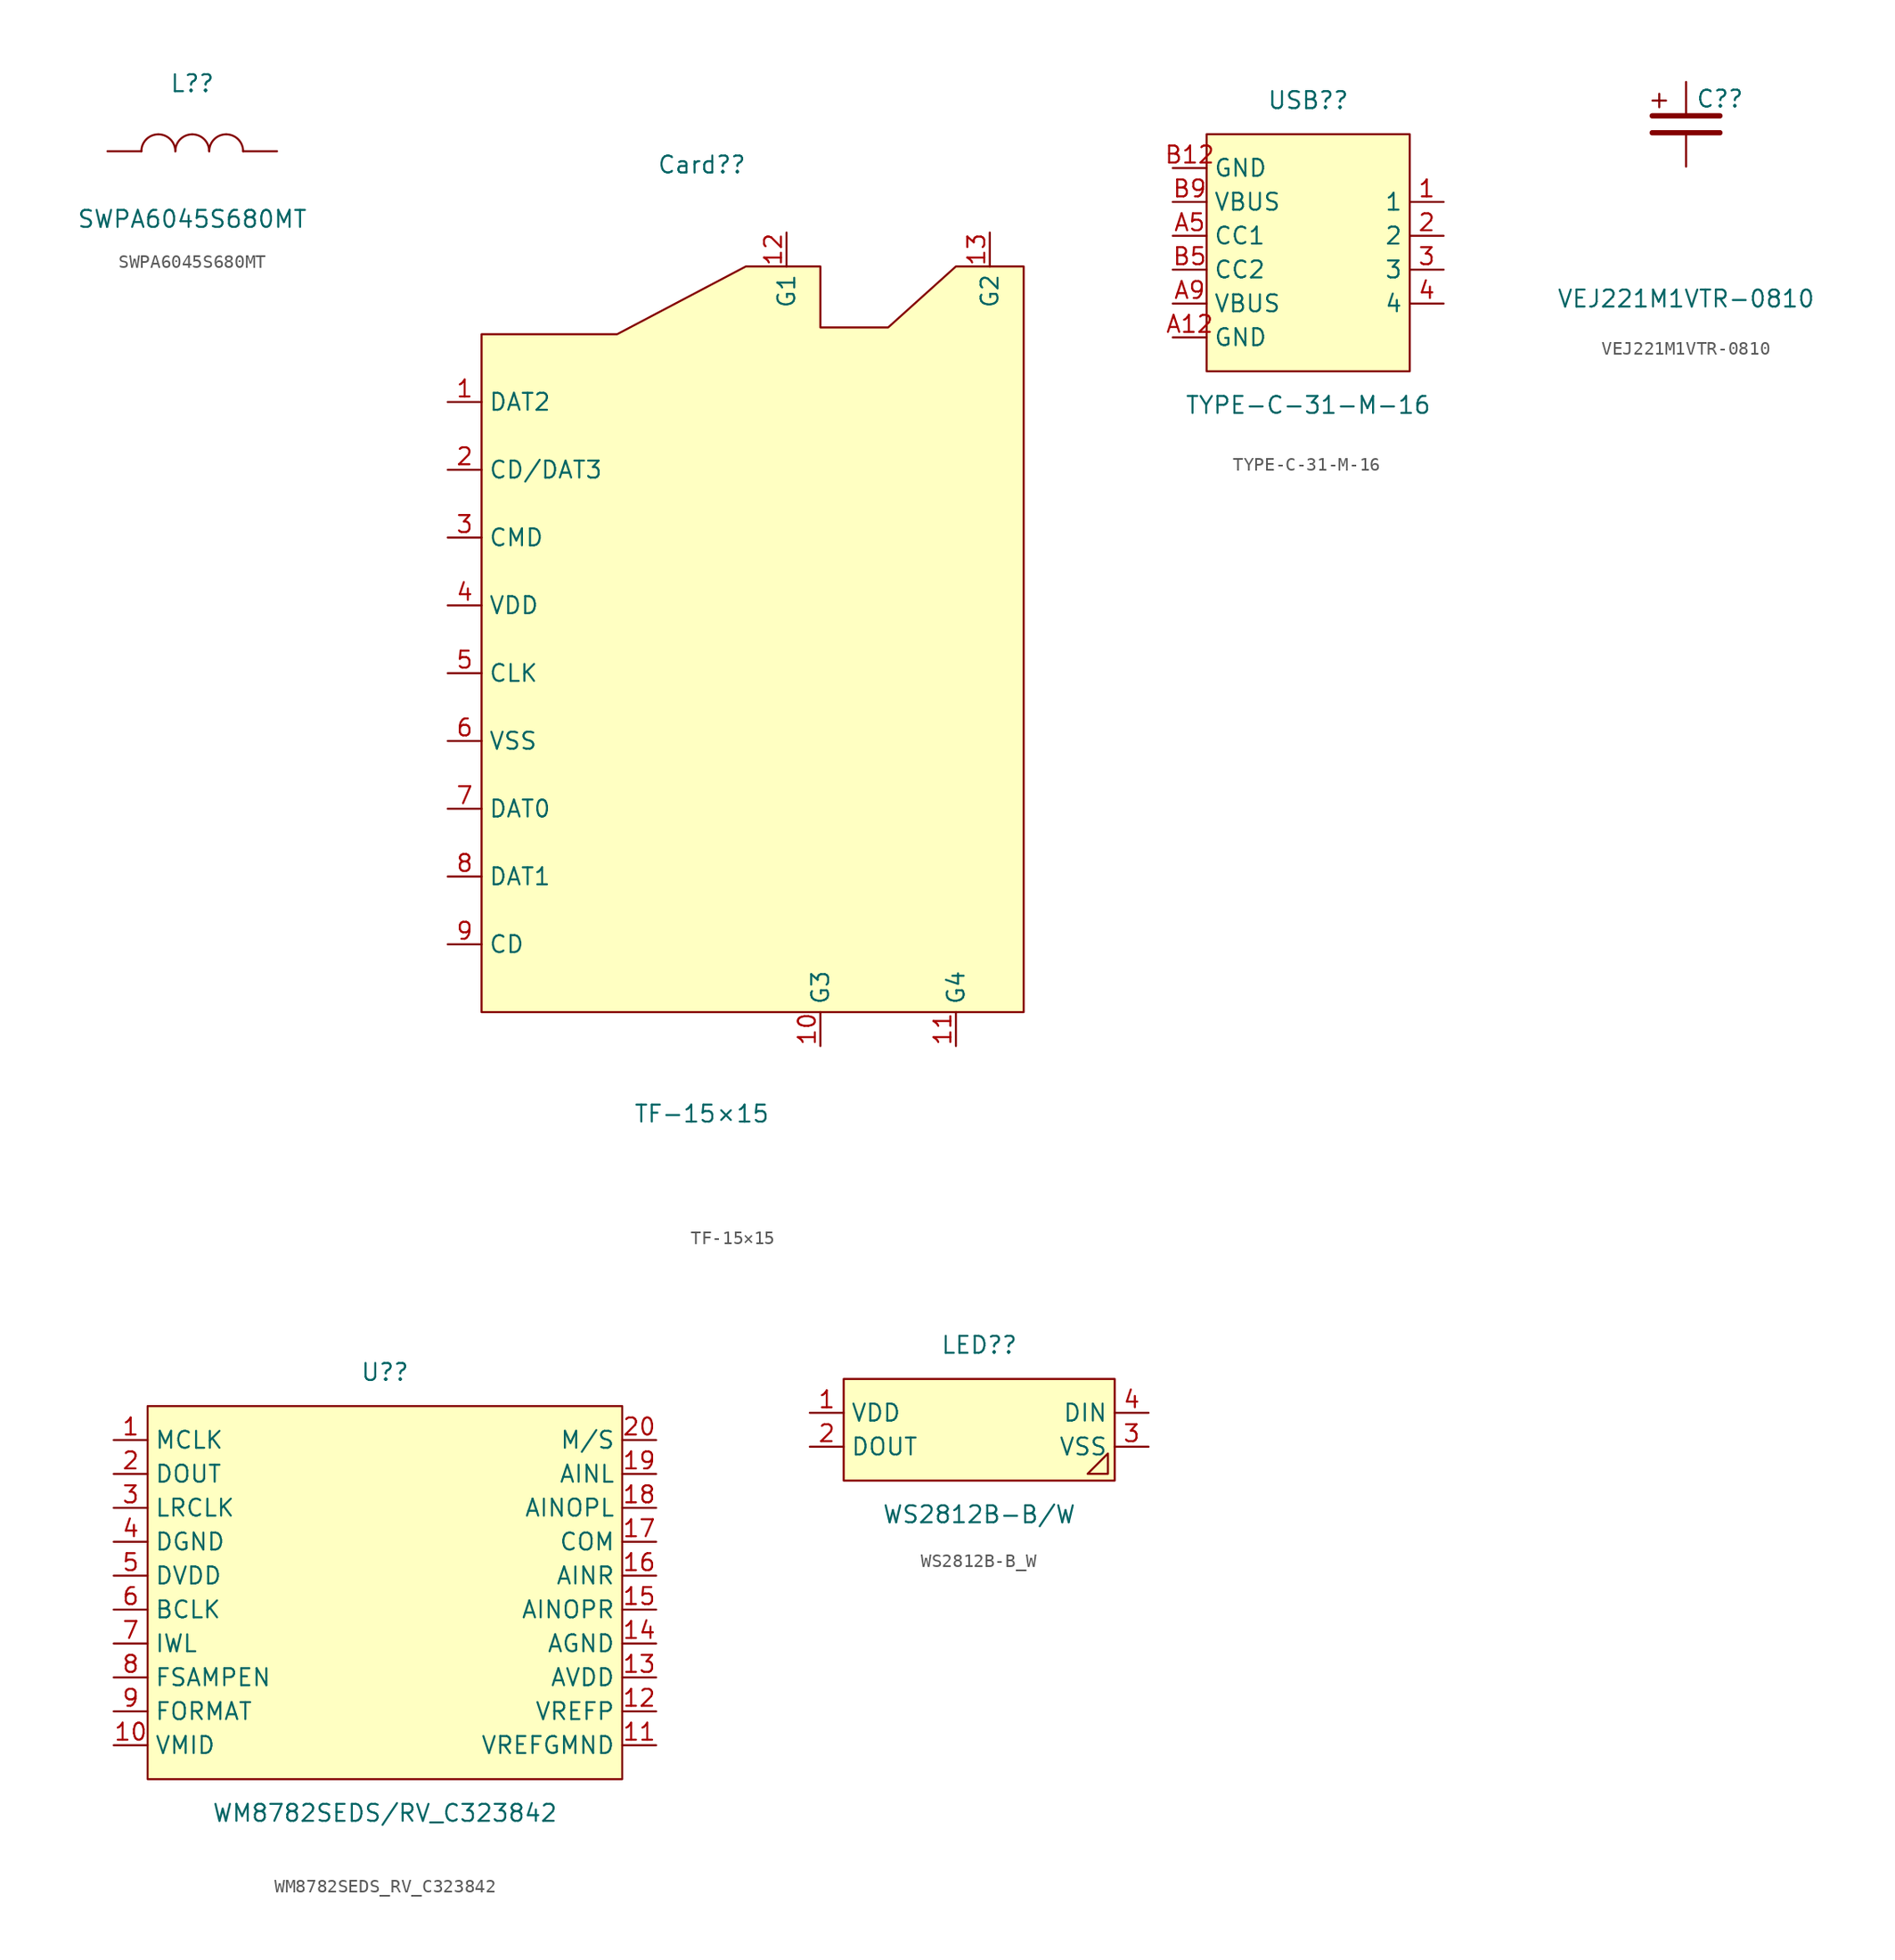
<source format=kicad_sym>
(kicad_symbol_lib
  (version 20211014)
  (generator kicad_symbol_editor)
  (symbol "SWPA6045S680MT"
    (pin_numbers hide)
    (pin_names hide)
    (property "Reference" "L?"
      (at 0 5.08 0)
      (effects (font (size 1.27 1.27))))
    (property "Value" "SWPA6045S680MT"
      (at 0 -5.08 0)
      (effects (font (size 1.27 1.27))))
    (symbol "SWPA6045S680MT_0_1"
      (arc (start -2.54 1.2702) (mid -3.438 0.8981) (end -3.8099 0.0001) (stroke (width 0) (type default) (color 0 0 0 0)) (fill (type none)))
      (arc (start -1.2699 0.0001) (mid -1.6419 0.8981) (end -2.5399 1.2701) (stroke (width 0) (type default) (color 0 0 0 0)) (fill (type none)))
      (arc (start 0 1.2702) (mid -0.898 0.8981) (end -1.2699 0.0001) (stroke (width 0) (type default) (color 0 0 0 0)) (fill (type none)))
      (arc (start 1.2701 0.0001) (mid 0.8981 0.8981) (end 0.0001 1.2701) (stroke (width 0) (type default) (color 0 0 0 0)) (fill (type none)))
      (arc (start 2.54 1.2702) (mid 1.642 0.8981) (end 1.2701 0.0001) (stroke (width 0) (type default) (color 0 0 0 0)) (fill (type none)))
      (arc (start 3.8101 0.0001) (mid 3.4381 0.8981) (end 2.5401 1.2701) (stroke (width 0) (type default) (color 0 0 0 0)) (fill (type none)))
      (pin passive line (at -6.35 0 0) (length 2.54) (name "1" (effects (font (size 1.27 1.27)))) (number "1" (effects (font (size 1.27 1.27)))))
      (pin passive line (at 6.35 0 180) (length 2.54) (name "2" (effects (font (size 1.27 1.27)))) (number "2" (effects (font (size 1.27 1.27)))))))
  (symbol "TF-15×15"
    (property "Reference" "Card?"
      (at 0 35.56 0)
      (effects (font (size 1.27 1.27))))
    (property "Value" "TF-15×15"
      (at 0 -35.56 0)
      (effects (font (size 1.27 1.27))))
    (symbol "TF-15×15_0_1"
      (polyline (pts (xy -16.51 22.86) (xy -6.35 22.86) (xy 3.302 27.94) (xy 8.89 27.94) (xy 8.89 23.368) (xy 13.97 23.368) (xy 19.05 27.94) (xy 24.13 27.94) (xy 24.13 -27.94) (xy -16.51 -27.94) (xy -16.51 22.86)) (stroke (width 0) (type default) (color 0 0 0 0)) (fill (type background)))
      (pin passive line (at -19.05 17.78 0) (length 2.54) (name "DAT2" (effects (font (size 1.27 1.27)))) (number "1" (effects (font (size 1.27 1.27)))))
      (pin passive line (at 8.89 -30.48 90) (length 2.54) (name "G3" (effects (font (size 1.27 1.27)))) (number "10" (effects (font (size 1.27 1.27)))))
      (pin passive line (at 19.05 -30.48 90) (length 2.54) (name "G4" (effects (font (size 1.27 1.27)))) (number "11" (effects (font (size 1.27 1.27)))))
      (pin passive line (at 6.35 30.48 270) (length 2.54) (name "G1" (effects (font (size 1.27 1.27)))) (number "12" (effects (font (size 1.27 1.27)))))
      (pin passive line (at 21.59 30.48 270) (length 2.54) (name "G2" (effects (font (size 1.27 1.27)))) (number "13" (effects (font (size 1.27 1.27)))))
      (pin passive line (at -19.05 12.7 0) (length 2.54) (name "CD/DAT3" (effects (font (size 1.27 1.27)))) (number "2" (effects (font (size 1.27 1.27)))))
      (pin passive line (at -19.05 7.62 0) (length 2.54) (name "CMD" (effects (font (size 1.27 1.27)))) (number "3" (effects (font (size 1.27 1.27)))))
      (pin passive line (at -19.05 2.54 0) (length 2.54) (name "VDD" (effects (font (size 1.27 1.27)))) (number "4" (effects (font (size 1.27 1.27)))))
      (pin passive line (at -19.05 -2.54 0) (length 2.54) (name "CLK" (effects (font (size 1.27 1.27)))) (number "5" (effects (font (size 1.27 1.27)))))
      (pin passive line (at -19.05 -7.62 0) (length 2.54) (name "VSS" (effects (font (size 1.27 1.27)))) (number "6" (effects (font (size 1.27 1.27)))))
      (pin passive line (at -19.05 -12.7 0) (length 2.54) (name "DAT0" (effects (font (size 1.27 1.27)))) (number "7" (effects (font (size 1.27 1.27)))))
      (pin passive line (at -19.05 -17.78 0) (length 2.54) (name "DAT1" (effects (font (size 1.27 1.27)))) (number "8" (effects (font (size 1.27 1.27)))))
      (pin passive line (at -19.05 -22.86 0) (length 2.54) (name "CD" (effects (font (size 1.27 1.27)))) (number "9" (effects (font (size 1.27 1.27)))))))
  (symbol "TYPE-C-31-M-16"
    (property "Reference" "USB?"
      (at 0 12.7 0)
      (effects (font (size 1.27 1.27))))
    (property "Value" "TYPE-C-31-M-16"
      (at 0 -10.16 0)
      (effects (font (size 1.27 1.27))))
    (symbol "TYPE-C-31-M-16_0_1"
      (rectangle (start -7.62 10.16) (end 7.62 -7.62) (stroke (width 0) (type default) (color 0 0 0 0)) (fill (type background)))
      (pin passive line (at 10.16 5.08 180) (length 2.54) (name "1" (effects (font (size 1.27 1.27)))) (number "1" (effects (font (size 1.27 1.27)))))
      (pin passive line (at 10.16 2.54 180) (length 2.54) (name "2" (effects (font (size 1.27 1.27)))) (number "2" (effects (font (size 1.27 1.27)))))
      (pin passive line (at 10.16 0 180) (length 2.54) (name "3" (effects (font (size 1.27 1.27)))) (number "3" (effects (font (size 1.27 1.27)))))
      (pin passive line (at 10.16 -2.54 180) (length 2.54) (name "4" (effects (font (size 1.27 1.27)))) (number "4" (effects (font (size 1.27 1.27)))))
      (pin passive line (at -10.16 -5.08 0) (length 2.54) (name "GND" (effects (font (size 1.27 1.27)))) (number "A12" (effects (font (size 1.27 1.27)))))
      (pin passive line (at -10.16 2.54 0) (length 2.54) (name "CC1" (effects (font (size 1.27 1.27)))) (number "A5" (effects (font (size 1.27 1.27)))))
      (pin passive line (at -10.16 -2.54 0) (length 2.54) (name "VBUS" (effects (font (size 1.27 1.27)))) (number "A9" (effects (font (size 1.27 1.27)))))
      (pin passive line (at -10.16 7.62 0) (length 2.54) (name "GND" (effects (font (size 1.27 1.27)))) (number "B12" (effects (font (size 1.27 1.27)))))
      (pin passive line (at -10.16 0 0) (length 2.54) (name "CC2" (effects (font (size 1.27 1.27)))) (number "B5" (effects (font (size 1.27 1.27)))))
      (pin passive line (at -10.16 5.08 0) (length 2.54) (name "VBUS" (effects (font (size 1.27 1.27)))) (number "B9" (effects (font (size 1.27 1.27)))))))
  (symbol "VEJ221M1VTR-0810"
    (pin_numbers hide)
    (pin_names hide)
    (property "Reference" "C?"
      (at 2.54 2.54 0)
      (effects (font (size 1.27 1.27))))
    (property "Value" "VEJ221M1VTR-0810"
      (at 0 -12.45 0)
      (effects (font (size 1.27 1.27))))
    (symbol "VEJ221M1VTR-0810_0_1"
      (rectangle (start -2.521 2.413) (end -1.501 2.413) (stroke (width 0) (type default) (color 0 0 0 0)) (fill (type background)))
      (rectangle (start -2.011 2.923) (end -2.011 1.913) (stroke (width 0) (type default) (color 0 0 0 0)) (fill (type background)))
      (polyline (pts (xy -2.54 0) (xy 2.54 0)) (stroke (width 0.4) (type default) (color 0 0 0 0)) (fill (type none)))
      (polyline (pts (xy -2.54 1.27) (xy 2.54 1.27)) (stroke (width 0.4) (type default) (color 0 0 0 0)) (fill (type none)))
      (pin passive line (at 0 3.81 270) (length 2.54) (name "1" (effects (font (size 1.27 1.27)))) (number "1" (effects (font (size 1.27 1.27)))))
      (pin passive line (at 0 -2.54 90) (length 2.54) (name "2" (effects (font (size 1.27 1.27)))) (number "2" (effects (font (size 1.27 1.27)))))))
  (symbol "WM8782SEDS_RV_C323842"
    (property "Reference" "U?"
      (at 0 15.24 0)
      (effects (font (size 1.27 1.27))))
    (property "Value" "WM8782SEDS/RV_C323842"
      (at 0 -17.78 0)
      (effects (font (size 1.27 1.27))))
    (symbol "WM8782SEDS_RV_C323842_0_1"
      (rectangle (start -17.78 12.7) (end 17.78 -15.24) (stroke (width 0) (type default) (color 0 0 0 0)) (fill (type background)))
      (pin passive line (at -20.32 10.16 0) (length 2.54) (name "MCLK" (effects (font (size 1.27 1.27)))) (number "1" (effects (font (size 1.27 1.27)))))
      (pin passive line (at -20.32 -12.7 0) (length 2.54) (name "VMID" (effects (font (size 1.27 1.27)))) (number "10" (effects (font (size 1.27 1.27)))))
      (pin passive line (at 20.32 -12.7 180) (length 2.54) (name "VREFGMND" (effects (font (size 1.27 1.27)))) (number "11" (effects (font (size 1.27 1.27)))))
      (pin passive line (at 20.32 -10.16 180) (length 2.54) (name "VREFP" (effects (font (size 1.27 1.27)))) (number "12" (effects (font (size 1.27 1.27)))))
      (pin passive line (at 20.32 -7.62 180) (length 2.54) (name "AVDD" (effects (font (size 1.27 1.27)))) (number "13" (effects (font (size 1.27 1.27)))))
      (pin passive line (at 20.32 -5.08 180) (length 2.54) (name "AGND" (effects (font (size 1.27 1.27)))) (number "14" (effects (font (size 1.27 1.27)))))
      (pin passive line (at 20.32 -2.54 180) (length 2.54) (name "AINOPR" (effects (font (size 1.27 1.27)))) (number "15" (effects (font (size 1.27 1.27)))))
      (pin passive line (at 20.32 0 180) (length 2.54) (name "AINR" (effects (font (size 1.27 1.27)))) (number "16" (effects (font (size 1.27 1.27)))))
      (pin passive line (at 20.32 2.54 180) (length 2.54) (name "COM" (effects (font (size 1.27 1.27)))) (number "17" (effects (font (size 1.27 1.27)))))
      (pin passive line (at 20.32 5.08 180) (length 2.54) (name "AINOPL" (effects (font (size 1.27 1.27)))) (number "18" (effects (font (size 1.27 1.27)))))
      (pin passive line (at 20.32 7.62 180) (length 2.54) (name "AINL" (effects (font (size 1.27 1.27)))) (number "19" (effects (font (size 1.27 1.27)))))
      (pin passive line (at -20.32 7.62 0) (length 2.54) (name "DOUT" (effects (font (size 1.27 1.27)))) (number "2" (effects (font (size 1.27 1.27)))))
      (pin passive line (at 20.32 10.16 180) (length 2.54) (name "M/S" (effects (font (size 1.27 1.27)))) (number "20" (effects (font (size 1.27 1.27)))))
      (pin passive line (at -20.32 5.08 0) (length 2.54) (name "LRCLK" (effects (font (size 1.27 1.27)))) (number "3" (effects (font (size 1.27 1.27)))))
      (pin passive line (at -20.32 2.54 0) (length 2.54) (name "DGND" (effects (font (size 1.27 1.27)))) (number "4" (effects (font (size 1.27 1.27)))))
      (pin passive line (at -20.32 0 0) (length 2.54) (name "DVDD" (effects (font (size 1.27 1.27)))) (number "5" (effects (font (size 1.27 1.27)))))
      (pin passive line (at -20.32 -2.54 0) (length 2.54) (name "BCLK" (effects (font (size 1.27 1.27)))) (number "6" (effects (font (size 1.27 1.27)))))
      (pin passive line (at -20.32 -5.08 0) (length 2.54) (name "IWL" (effects (font (size 1.27 1.27)))) (number "7" (effects (font (size 1.27 1.27)))))
      (pin passive line (at -20.32 -7.62 0) (length 2.54) (name "FSAMPEN" (effects (font (size 1.27 1.27)))) (number "8" (effects (font (size 1.27 1.27)))))
      (pin passive line (at -20.32 -10.16 0) (length 2.54) (name "FORMAT" (effects (font (size 1.27 1.27)))) (number "9" (effects (font (size 1.27 1.27)))))))
  (symbol "WS2812B-B_W"
    (property "Reference" "LED?"
      (at 0 7.62 0)
      (effects (font (size 1.27 1.27))))
    (property "Value" "WS2812B-B/W"
      (at 0 -5.08 0)
      (effects (font (size 1.27 1.27))))
    (symbol "WS2812B-B_W_0_1"
      (rectangle (start -10.16 5.08) (end 10.16 -2.54) (stroke (width 0) (type default) (color 0 0 0 0)) (fill (type background)))
      (polyline (pts (xy 9.652 -0.508) (xy 9.652 -2.032) (xy 8.128 -2.032) (xy 9.652 -0.508)) (stroke (width 0) (type default) (color 0 0 0 0)) (fill (type background)))
      (pin passive line (at -12.7 2.54 0) (length 2.54) (name "VDD" (effects (font (size 1.27 1.27)))) (number "1" (effects (font (size 1.27 1.27)))))
      (pin passive line (at -12.7 0 0) (length 2.54) (name "DOUT" (effects (font (size 1.27 1.27)))) (number "2" (effects (font (size 1.27 1.27)))))
      (pin passive line (at 12.7 0 180) (length 2.54) (name "VSS" (effects (font (size 1.27 1.27)))) (number "3" (effects (font (size 1.27 1.27)))))
      (pin passive line (at 12.7 2.54 180) (length 2.54) (name "DIN" (effects (font (size 1.27 1.27)))) (number "4" (effects (font (size 1.27 1.27))))))))
</source>
